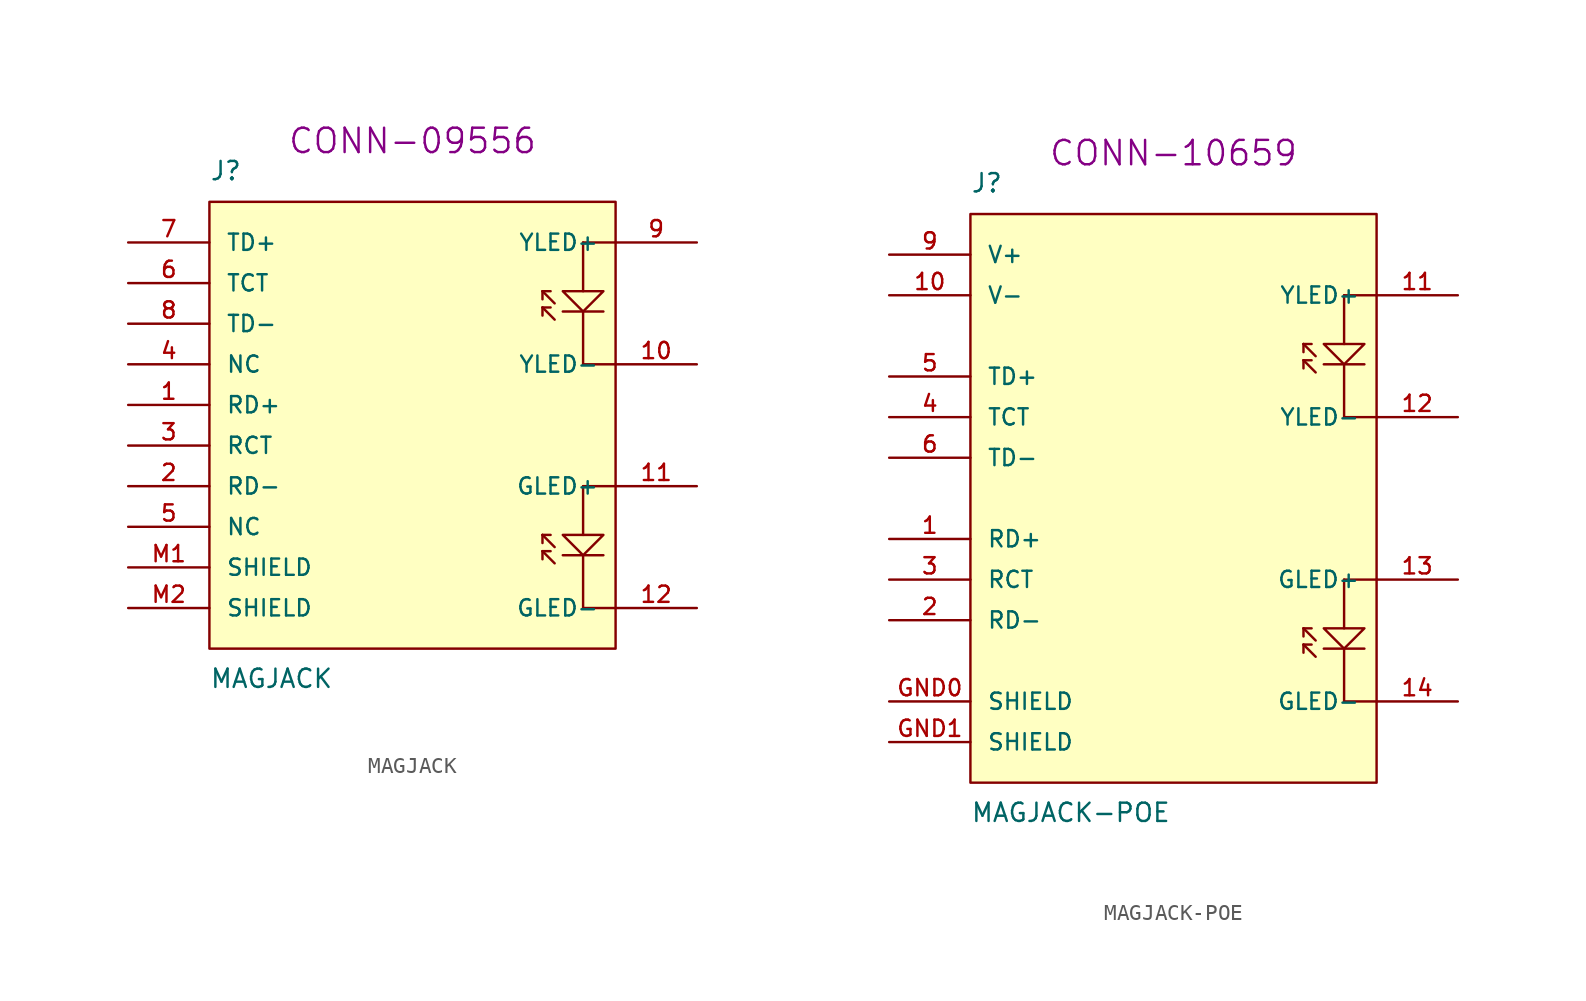
<source format=kicad_sym>
(kicad_symbol_lib
  (version 20201005)
  (generator kicad_symbol_editor)
  (symbol "MAGJACK"
    (pin_names
      (offset 1.016))
    (property "Reference" "J"
      (at -12.7 13.97 0)
      (effects (font (size 1.143 1.143)) (justify left bottom)))
    (property "Value" "MAGJACK"
      (at -12.7 -17.78 0)
      (effects (font (size 1.143 1.143)) (justify left bottom)))
    (property "Field4" "CONN-09556"
      (at 0 16.51 0)
      (effects (font (size 1.524 1.524))))
    (property "ki_locked" ""
      (at 0 0 0)
      (effects (font (size 1.27 1.27))))
    (symbol "MAGJACK_1_0"
      (polyline (pts (xy 8.128 -9.652) (xy 8.128 -9.144)) (stroke (width 0)) (fill (type none)))
      (polyline (pts (xy 8.128 -9.144) (xy 8.636 -9.144)) (stroke (width 0)) (fill (type none)))
      (polyline (pts (xy 8.128 -8.636) (xy 8.128 -8.128)) (stroke (width 0)) (fill (type none)))
      (polyline (pts (xy 8.128 -8.128) (xy 8.636 -8.128)) (stroke (width 0)) (fill (type none)))
      (polyline (pts (xy 8.128 5.588) (xy 8.128 6.096)) (stroke (width 0)) (fill (type none)))
      (polyline (pts (xy 8.128 6.096) (xy 8.636 6.096)) (stroke (width 0)) (fill (type none)))
      (polyline (pts (xy 8.128 6.604) (xy 8.128 7.112)) (stroke (width 0)) (fill (type none)))
      (polyline (pts (xy 8.128 7.112) (xy 8.636 7.112)) (stroke (width 0)) (fill (type none)))
      (polyline (pts (xy 8.89 -9.906) (xy 8.128 -9.144)) (stroke (width 0)) (fill (type none)))
      (polyline (pts (xy 8.89 -8.89) (xy 8.128 -8.128)) (stroke (width 0)) (fill (type none)))
      (polyline (pts (xy 8.89 5.334) (xy 8.128 6.096)) (stroke (width 0)) (fill (type none)))
      (polyline (pts (xy 8.89 6.35) (xy 8.128 7.112)) (stroke (width 0)) (fill (type none)))
      (polyline (pts (xy 9.398 -9.398) (xy 10.668 -9.398)) (stroke (width 0)) (fill (type none)))
      (polyline (pts (xy 9.398 5.842) (xy 10.668 5.842)) (stroke (width 0)) (fill (type none)))
      (polyline (pts (xy 10.668 -12.7) (xy 12.7 -12.7)) (stroke (width 0)) (fill (type none)))
      (polyline (pts (xy 10.668 -9.398) (xy 10.668 -12.7)) (stroke (width 0)) (fill (type none)))
      (polyline (pts (xy 10.668 -9.398) (xy 11.938 -9.398)) (stroke (width 0)) (fill (type none)))
      (polyline (pts (xy 10.668 -5.08) (xy 10.668 -8.128)) (stroke (width 0)) (fill (type none)))
      (polyline (pts (xy 10.668 2.54) (xy 12.7 2.54)) (stroke (width 0)) (fill (type none)))
      (polyline (pts (xy 10.668 5.842) (xy 10.668 2.54)) (stroke (width 0)) (fill (type none)))
      (polyline (pts (xy 10.668 5.842) (xy 11.938 5.842)) (stroke (width 0)) (fill (type none)))
      (polyline (pts (xy 10.668 10.16) (xy 10.668 7.112)) (stroke (width 0)) (fill (type none)))
      (polyline (pts (xy 12.7 -5.08) (xy 10.668 -5.08)) (stroke (width 0)) (fill (type none)))
      (polyline (pts (xy 12.7 10.16) (xy 10.668 10.16)) (stroke (width 0)) (fill (type none))))
    (symbol "MAGJACK_1_1"
      (polyline (pts (xy 10.668 -8.128) (xy 9.398 -8.128) (xy 10.668 -9.398) (xy 11.938 -8.128) (xy 10.668 -8.128)) (stroke (width 0)) (fill (type background)))
      (polyline (pts (xy 10.668 7.112) (xy 9.398 7.112) (xy 10.668 5.842) (xy 11.938 7.112) (xy 10.668 7.112)) (stroke (width 0)) (fill (type background)))
      (polyline (pts (xy -12.7 -15.24) (xy 12.7 -15.24) (xy 12.7 -12.7) (xy 12.7 2.54) (xy 12.7 10.16) (xy 12.7 12.7) (xy -12.7 12.7) (xy -12.7 -15.24)) (stroke (width 0)) (fill (type background)))
      (pin bidirectional line (at -17.78 0 0) (length 5.08) (name "RD+" (effects (font (size 1.016 1.016)))) (number "1" (effects (font (size 1.016 1.016)))))
      (pin bidirectional line (at -17.78 -5.08 0) (length 5.08) (name "RD-" (effects (font (size 1.016 1.016)))) (number "2" (effects (font (size 1.016 1.016)))))
      (pin bidirectional line (at -17.78 -2.54 0) (length 5.08) (name "RCT" (effects (font (size 1.016 1.016)))) (number "3" (effects (font (size 1.016 1.016)))))
      (pin bidirectional line (at -17.78 2.54 0) (length 5.08) (name "NC" (effects (font (size 1.016 1.016)))) (number "4" (effects (font (size 1.016 1.016)))))
      (pin bidirectional line (at -17.78 -7.62 0) (length 5.08) (name "NC" (effects (font (size 1.016 1.016)))) (number "5" (effects (font (size 1.016 1.016)))))
      (pin bidirectional line (at -17.78 7.62 0) (length 5.08) (name "TCT" (effects (font (size 1.016 1.016)))) (number "6" (effects (font (size 1.016 1.016)))))
      (pin bidirectional line (at -17.78 10.16 0) (length 5.08) (name "TD+" (effects (font (size 1.016 1.016)))) (number "7" (effects (font (size 1.016 1.016)))))
      (pin bidirectional line (at -17.78 5.08 0) (length 5.08) (name "TD-" (effects (font (size 1.016 1.016)))) (number "8" (effects (font (size 1.016 1.016)))))
      (pin bidirectional line (at 17.78 10.16 180) (length 5.08) (name "YLED+" (effects (font (size 1.016 1.016)))) (number "9" (effects (font (size 1.016 1.016)))))
      (pin bidirectional line (at 17.78 2.54 180) (length 5.08) (name "YLED-" (effects (font (size 1.016 1.016)))) (number "10" (effects (font (size 1.016 1.016)))))
      (pin bidirectional line (at 17.78 -5.08 180) (length 5.08) (name "GLED+" (effects (font (size 1.016 1.016)))) (number "11" (effects (font (size 1.016 1.016)))))
      (pin bidirectional line (at -17.78 -10.16 0) (length 5.08) (name "SHIELD" (effects (font (size 1.016 1.016)))) (number "M1" (effects (font (size 1.016 1.016)))))
      (pin bidirectional line (at 17.78 -12.7 180) (length 5.08) (name "GLED-" (effects (font (size 1.016 1.016)))) (number "12" (effects (font (size 1.016 1.016)))))
      (pin bidirectional line (at -17.78 -12.7 0) (length 5.08) (name "SHIELD" (effects (font (size 1.016 1.016)))) (number "M2" (effects (font (size 1.016 1.016)))))))
  (symbol "MAGJACK-POE"
    (pin_names
      (offset 1.016))
    (property "Reference" "J"
      (at -12.7 19.05 0)
      (effects (font (size 1.143 1.143)) (justify left bottom)))
    (property "Value" "MAGJACK-POE"
      (at -12.7 -20.32 0)
      (effects (font (size 1.143 1.143)) (justify left bottom)))
    (property "Field4" "CONN-10659"
      (at 0 21.59 0)
      (effects (font (size 1.524 1.524))))
    (property "ki_locked" ""
      (at 0 0 0)
      (effects (font (size 1.27 1.27))))
    (symbol "MAGJACK-POE_1_0"
      (polyline (pts (xy 8.128 -9.652) (xy 8.128 -9.144)) (stroke (width 0)) (fill (type none)))
      (polyline (pts (xy 8.128 -9.144) (xy 8.636 -9.144)) (stroke (width 0)) (fill (type none)))
      (polyline (pts (xy 8.128 -8.636) (xy 8.128 -8.128)) (stroke (width 0)) (fill (type none)))
      (polyline (pts (xy 8.128 -8.128) (xy 8.636 -8.128)) (stroke (width 0)) (fill (type none)))
      (polyline (pts (xy 8.128 8.128) (xy 8.128 8.636)) (stroke (width 0)) (fill (type none)))
      (polyline (pts (xy 8.128 8.636) (xy 8.636 8.636)) (stroke (width 0)) (fill (type none)))
      (polyline (pts (xy 8.128 9.144) (xy 8.128 9.652)) (stroke (width 0)) (fill (type none)))
      (polyline (pts (xy 8.128 9.652) (xy 8.636 9.652)) (stroke (width 0)) (fill (type none)))
      (polyline (pts (xy 8.89 -9.906) (xy 8.128 -9.144)) (stroke (width 0)) (fill (type none)))
      (polyline (pts (xy 8.89 -8.89) (xy 8.128 -8.128)) (stroke (width 0)) (fill (type none)))
      (polyline (pts (xy 8.89 7.874) (xy 8.128 8.636)) (stroke (width 0)) (fill (type none)))
      (polyline (pts (xy 8.89 8.89) (xy 8.128 9.652)) (stroke (width 0)) (fill (type none)))
      (polyline (pts (xy 9.398 -9.398) (xy 10.668 -9.398)) (stroke (width 0)) (fill (type none)))
      (polyline (pts (xy 9.398 8.382) (xy 10.668 8.382)) (stroke (width 0)) (fill (type none)))
      (polyline (pts (xy 10.668 -12.7) (xy 12.7 -12.7)) (stroke (width 0)) (fill (type none)))
      (polyline (pts (xy 10.668 -9.398) (xy 10.668 -12.7)) (stroke (width 0)) (fill (type none)))
      (polyline (pts (xy 10.668 -9.398) (xy 11.938 -9.398)) (stroke (width 0)) (fill (type none)))
      (polyline (pts (xy 10.668 -5.08) (xy 10.668 -8.128)) (stroke (width 0)) (fill (type none)))
      (polyline (pts (xy 10.668 5.08) (xy 12.7 5.08)) (stroke (width 0)) (fill (type none)))
      (polyline (pts (xy 10.668 8.382) (xy 10.668 5.08)) (stroke (width 0)) (fill (type none)))
      (polyline (pts (xy 10.668 8.382) (xy 11.938 8.382)) (stroke (width 0)) (fill (type none)))
      (polyline (pts (xy 10.668 12.7) (xy 10.668 9.652)) (stroke (width 0)) (fill (type none)))
      (polyline (pts (xy 12.7 -5.08) (xy 10.668 -5.08)) (stroke (width 0)) (fill (type none)))
      (polyline (pts (xy 12.7 12.7) (xy 10.668 12.7)) (stroke (width 0)) (fill (type none))))
    (symbol "MAGJACK-POE_1_1"
      (polyline (pts (xy 10.668 -8.128) (xy 9.398 -8.128) (xy 10.668 -9.398) (xy 11.938 -8.128) (xy 10.668 -8.128)) (stroke (width 0)) (fill (type background)))
      (polyline (pts (xy 10.668 9.652) (xy 9.398 9.652) (xy 10.668 8.382) (xy 11.938 9.652) (xy 10.668 9.652)) (stroke (width 0)) (fill (type background)))
      (polyline (pts (xy -12.7 -17.78) (xy 12.7 -17.78) (xy 12.7 -12.7) (xy 12.7 5.08) (xy 12.7 12.7) (xy 12.7 17.78) (xy -12.7 17.78) (xy -12.7 -17.78)) (stroke (width 0)) (fill (type background)))
      (pin bidirectional line (at -17.78 -2.54 0) (length 5.08) (name "RD+" (effects (font (size 1.016 1.016)))) (number "1" (effects (font (size 1.016 1.016)))))
      (pin bidirectional line (at -17.78 -7.62 0) (length 5.08) (name "RD-" (effects (font (size 1.016 1.016)))) (number "2" (effects (font (size 1.016 1.016)))))
      (pin bidirectional line (at -17.78 -5.08 0) (length 5.08) (name "RCT" (effects (font (size 1.016 1.016)))) (number "3" (effects (font (size 1.016 1.016)))))
      (pin bidirectional line (at -17.78 5.08 0) (length 5.08) (name "TCT" (effects (font (size 1.016 1.016)))) (number "4" (effects (font (size 1.016 1.016)))))
      (pin bidirectional line (at -17.78 7.62 0) (length 5.08) (name "TD+" (effects (font (size 1.016 1.016)))) (number "5" (effects (font (size 1.016 1.016)))))
      (pin bidirectional line (at -17.78 2.54 0) (length 5.08) (name "TD-" (effects (font (size 1.016 1.016)))) (number "6" (effects (font (size 1.016 1.016)))))
      (pin bidirectional line (at -17.78 15.24 0) (length 5.08) (name "V+" (effects (font (size 1.016 1.016)))) (number "9" (effects (font (size 1.016 1.016)))))
      (pin bidirectional line (at -17.78 12.7 0) (length 5.08) (name "V-" (effects (font (size 1.016 1.016)))) (number "10" (effects (font (size 1.016 1.016)))))
      (pin bidirectional line (at 17.78 12.7 180) (length 5.08) (name "YLED+" (effects (font (size 1.016 1.016)))) (number "11" (effects (font (size 1.016 1.016)))))
      (pin bidirectional line (at 17.78 5.08 180) (length 5.08) (name "YLED-" (effects (font (size 1.016 1.016)))) (number "12" (effects (font (size 1.016 1.016)))))
      (pin bidirectional line (at 17.78 -5.08 180) (length 5.08) (name "GLED+" (effects (font (size 1.016 1.016)))) (number "13" (effects (font (size 1.016 1.016)))))
      (pin bidirectional line (at 17.78 -12.7 180) (length 5.08) (name "GLED-" (effects (font (size 1.016 1.016)))) (number "14" (effects (font (size 1.016 1.016)))))
      (pin bidirectional line (at -17.78 -12.7 0) (length 5.08) (name "SHIELD" (effects (font (size 1.016 1.016)))) (number "GND0" (effects (font (size 1.016 1.016)))))
      (pin bidirectional line (at -17.78 -15.24 0) (length 5.08) (name "SHIELD" (effects (font (size 1.016 1.016)))) (number "GND1" (effects (font (size 1.016 1.016))))))))
</source>
